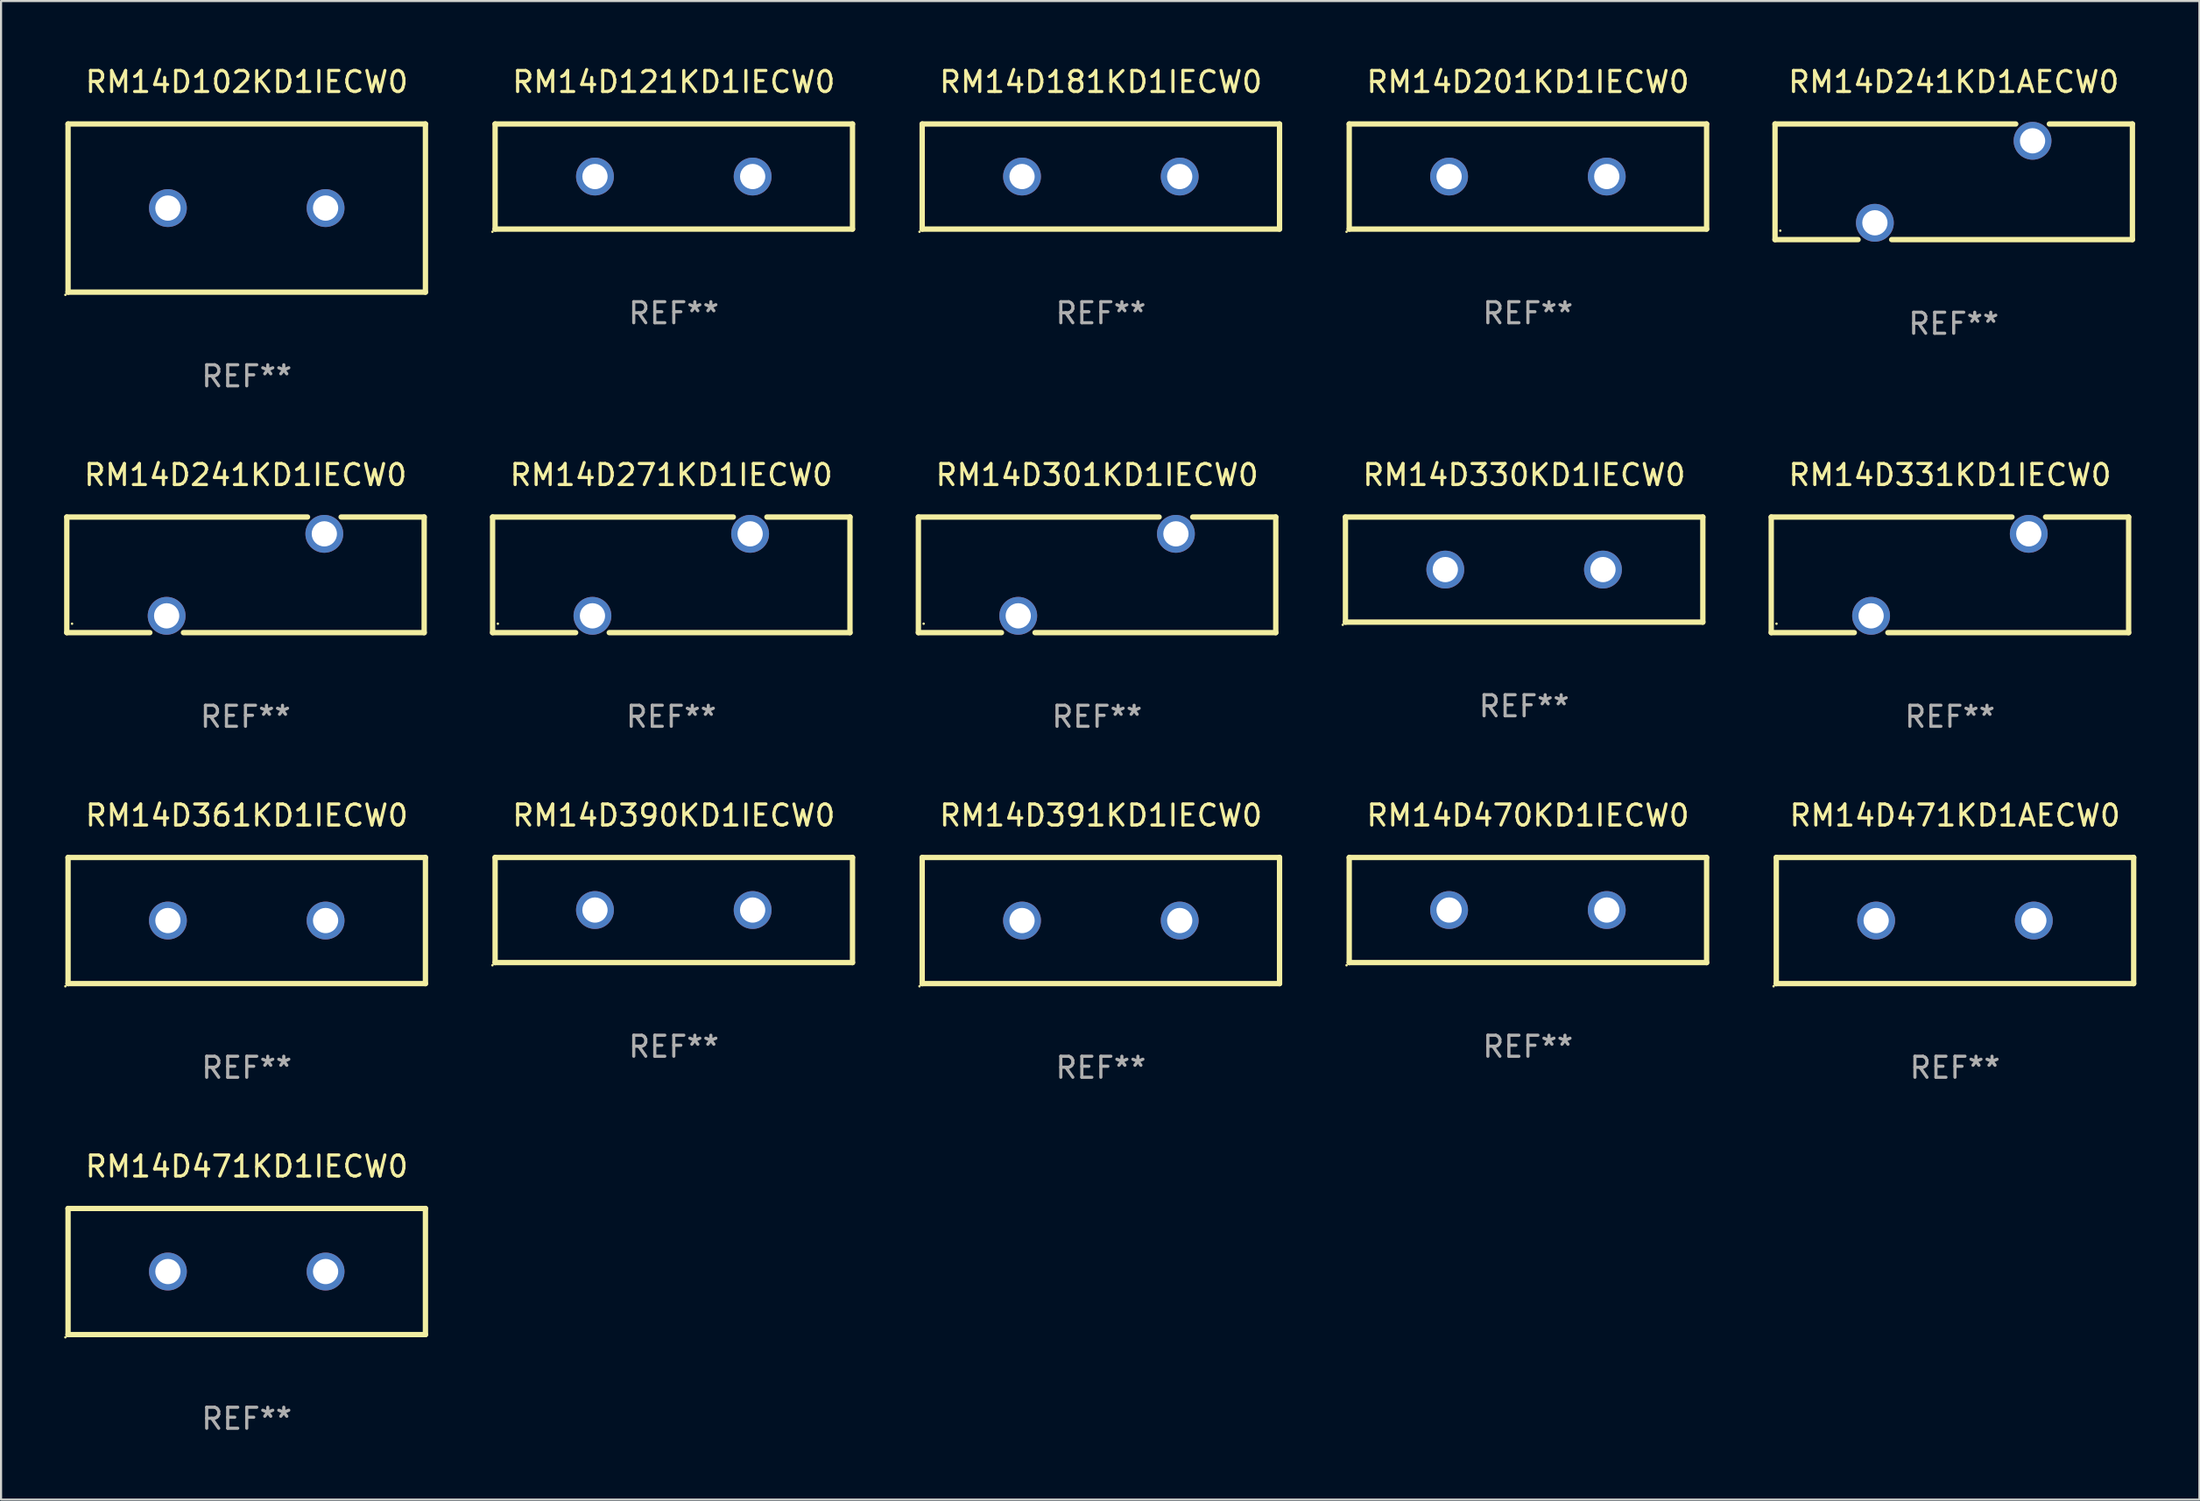
<source format=kicad_pcb>
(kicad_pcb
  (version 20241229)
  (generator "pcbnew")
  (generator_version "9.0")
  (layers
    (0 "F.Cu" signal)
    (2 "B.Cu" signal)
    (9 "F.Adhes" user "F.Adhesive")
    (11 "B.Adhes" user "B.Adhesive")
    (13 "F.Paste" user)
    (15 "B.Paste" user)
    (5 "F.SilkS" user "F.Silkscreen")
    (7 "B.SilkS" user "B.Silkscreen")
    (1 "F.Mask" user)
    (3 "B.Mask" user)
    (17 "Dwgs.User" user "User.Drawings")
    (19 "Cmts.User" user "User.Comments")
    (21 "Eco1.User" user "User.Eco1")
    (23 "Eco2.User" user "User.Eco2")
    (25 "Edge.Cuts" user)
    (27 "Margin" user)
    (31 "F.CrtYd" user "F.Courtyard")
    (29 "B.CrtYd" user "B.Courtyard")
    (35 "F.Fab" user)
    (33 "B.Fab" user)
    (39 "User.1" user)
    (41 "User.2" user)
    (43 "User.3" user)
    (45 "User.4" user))
  (footprint "RM14D241KD1AECW0"
    (layer "F.Cu")
    (at 89.883 5.598)
    (property "Reference" "RM14D241KD1AECW0" (at 0 -4.75 0) (layer "F.SilkS") (effects (font (size 1 1) (thickness 0.15))))
    (attr through_hole)
    (fp_line (start -8.5 -2.75) (end 2.951 -2.75) (stroke (width 0.254) (type solid)) (layer "F.SilkS"))
    (fp_line (start -8.5 2.75) (end -8.5 -2.75) (stroke (width 0.254) (type solid)) (layer "F.SilkS"))
    (fp_line (start -8.5 2.75) (end -4.549 2.75) (stroke (width 0.254) (type solid)) (layer "F.SilkS"))
    (fp_line (start -2.951 2.75) (end 8.5 2.75) (stroke (width 0.254) (type solid)) (layer "F.SilkS"))
    (fp_line (start 4.549 -2.75) (end 8.5 -2.75) (stroke (width 0.254) (type solid)) (layer "F.SilkS"))
    (fp_line (start 8.5 -2.75) (end 8.5 2.75) (stroke (width 0.254) (type solid)) (layer "F.SilkS"))
    (fp_circle (center -8.25 2.325) (end -8.22 2.325) (stroke (width 0.06) (type solid)) (fill no) (layer "F.SilkS"))
    (fp_text user "REF**" (at 0 6.75 0) (layer "F.Fab") (effects (font (size 1 1) (thickness 0.15))))
    (pad "1" thru_hole circle (at -3.75 1.95) (size 1.8 1.8) (drill 1.2) (layers "*.Cu" "*.Mask"))
    (pad "2" thru_hole circle (at 3.75 -1.95) (size 1.8 1.8) (drill 1.2) (layers "*.Cu" "*.Mask")))
  (footprint "RM14D181KD1IECW0"
    (layer "F.Cu")
    (at 49.315 5.348)
    (property "Reference" "RM14D181KD1IECW0" (at 0 -4.5 0) (layer "F.SilkS") (effects (font (size 1 1) (thickness 0.15))))
    (attr through_hole)
    (fp_line (start -8.5 -2.5) (end 8.5 -2.5) (stroke (width 0.254) (type solid)) (layer "F.SilkS"))
    (fp_line (start -8.5 2.5) (end -8.5 -2.5) (stroke (width 0.254) (type solid)) (layer "F.SilkS"))
    (fp_line (start 8.5 -2.5) (end 8.5 2.5) (stroke (width 0.254) (type solid)) (layer "F.SilkS"))
    (fp_line (start 8.5 2.5) (end -8.5 2.5) (stroke (width 0.254) (type solid)) (layer "F.SilkS"))
    (fp_circle (center -8.627 2.627) (end -8.597 2.627) (stroke (width 0.06) (type solid)) (fill no) (layer "F.SilkS"))
    (fp_text user "REF**" (at 0 6.5 0) (layer "F.Fab") (effects (font (size 1 1) (thickness 0.15))))
    (pad "1" thru_hole circle (at -3.75 0) (size 1.8 1.8) (drill 1.2) (layers "*.Cu" "*.Mask"))
    (pad "2" thru_hole circle (at 3.75 0) (size 1.8 1.8) (drill 1.2) (layers "*.Cu" "*.Mask")))
  (footprint "RM14D471KD1IECW0"
    (layer "F.Cu")
    (at 8.687 57.438)
    (property "Reference" "RM14D471KD1IECW0" (at 0 -5 0) (layer "F.SilkS") (effects (font (size 1 1) (thickness 0.15))))
    (attr through_hole)
    (fp_line (start -8.5 -3) (end 8.5 -3) (stroke (width 0.254) (type solid)) (layer "F.SilkS"))
    (fp_line (start -8.5 3) (end -8.5 -3) (stroke (width 0.254) (type solid)) (layer "F.SilkS"))
    (fp_line (start 8.5 -3) (end 8.5 3) (stroke (width 0.254) (type solid)) (layer "F.SilkS"))
    (fp_line (start 8.5 3) (end -8.5 3) (stroke (width 0.254) (type solid)) (layer "F.SilkS"))
    (fp_circle (center -8.627 3.127) (end -8.597 3.127) (stroke (width 0.06) (type solid)) (fill no) (layer "F.SilkS"))
    (fp_text user "REF**" (at 0 7 0) (layer "F.Fab") (effects (font (size 1 1) (thickness 0.15))))
    (pad "1" thru_hole circle (at -3.75 0) (size 1.8 1.8) (drill 1.2) (layers "*.Cu" "*.Mask"))
    (pad "2" thru_hole circle (at 3.75 0) (size 1.8 1.8) (drill 1.2) (layers "*.Cu" "*.Mask")))
  (footprint "RM14D391KD1IECW0"
    (layer "F.Cu")
    (at 49.315 40.741)
    (property "Reference" "RM14D391KD1IECW0" (at 0 -5 0) (layer "F.SilkS") (effects (font (size 1 1) (thickness 0.15))))
    (attr through_hole)
    (fp_line (start -8.5 -3) (end 8.5 -3) (stroke (width 0.254) (type solid)) (layer "F.SilkS"))
    (fp_line (start -8.5 3) (end -8.5 -3) (stroke (width 0.254) (type solid)) (layer "F.SilkS"))
    (fp_line (start 8.5 -3) (end 8.5 3) (stroke (width 0.254) (type solid)) (layer "F.SilkS"))
    (fp_line (start 8.5 3) (end -8.5 3) (stroke (width 0.254) (type solid)) (layer "F.SilkS"))
    (fp_circle (center -8.627 3.127) (end -8.597 3.127) (stroke (width 0.06) (type solid)) (fill no) (layer "F.SilkS"))
    (fp_text user "REF**" (at 0 7 0) (layer "F.Fab") (effects (font (size 1 1) (thickness 0.15))))
    (pad "1" thru_hole circle (at -3.75 0) (size 1.8 1.8) (drill 1.2) (layers "*.Cu" "*.Mask"))
    (pad "2" thru_hole circle (at 3.75 0) (size 1.8 1.8) (drill 1.2) (layers "*.Cu" "*.Mask")))
  (footprint "RM14D331KD1IECW0"
    (layer "F.Cu")
    (at 89.703 24.295)
    (property "Reference" "RM14D331KD1IECW0" (at 0 -4.75 0) (layer "F.SilkS") (effects (font (size 1 1) (thickness 0.15))))
    (attr through_hole)
    (fp_line (start -8.5 -2.75) (end 2.951 -2.75) (stroke (width 0.254) (type solid)) (layer "F.SilkS"))
    (fp_line (start -8.5 2.75) (end -8.5 -2.75) (stroke (width 0.254) (type solid)) (layer "F.SilkS"))
    (fp_line (start -8.5 2.75) (end -4.549 2.75) (stroke (width 0.254) (type solid)) (layer "F.SilkS"))
    (fp_line (start -2.951 2.75) (end 8.5 2.75) (stroke (width 0.254) (type solid)) (layer "F.SilkS"))
    (fp_line (start 4.549 -2.75) (end 8.5 -2.75) (stroke (width 0.254) (type solid)) (layer "F.SilkS"))
    (fp_line (start 8.5 -2.75) (end 8.5 2.75) (stroke (width 0.254) (type solid)) (layer "F.SilkS"))
    (fp_circle (center -8.25 2.325) (end -8.22 2.325) (stroke (width 0.06) (type solid)) (fill no) (layer "F.SilkS"))
    (fp_text user "REF**" (at 0 6.75 0) (layer "F.Fab") (effects (font (size 1 1) (thickness 0.15))))
    (pad "1" thru_hole circle (at -3.75 1.95) (size 1.8 1.8) (drill 1.2) (layers "*.Cu" "*.Mask"))
    (pad "2" thru_hole circle (at 3.75 -1.95) (size 1.8 1.8) (drill 1.2) (layers "*.Cu" "*.Mask")))
  (footprint "RM14D330KD1IECW0"
    (layer "F.Cu")
    (at 69.449 24.045)
    (property "Reference" "RM14D330KD1IECW0" (at 0 -4.5 0) (layer "F.SilkS") (effects (font (size 1 1) (thickness 0.15))))
    (attr through_hole)
    (fp_line (start -8.5 -2.5) (end 8.5 -2.5) (stroke (width 0.254) (type solid)) (layer "F.SilkS"))
    (fp_line (start -8.5 2.5) (end -8.5 -2.5) (stroke (width 0.254) (type solid)) (layer "F.SilkS"))
    (fp_line (start 8.5 -2.5) (end 8.5 2.5) (stroke (width 0.254) (type solid)) (layer "F.SilkS"))
    (fp_line (start 8.5 2.5) (end -8.5 2.5) (stroke (width 0.254) (type solid)) (layer "F.SilkS"))
    (fp_circle (center -8.627 2.627) (end -8.597 2.627) (stroke (width 0.06) (type solid)) (fill no) (layer "F.SilkS"))
    (fp_text user "REF**" (at 0 6.5 0) (layer "F.Fab") (effects (font (size 1 1) (thickness 0.15))))
    (pad "1" thru_hole circle (at -3.75 0) (size 1.8 1.8) (drill 1.2) (layers "*.Cu" "*.Mask"))
    (pad "2" thru_hole circle (at 3.75 0) (size 1.8 1.8) (drill 1.2) (layers "*.Cu" "*.Mask")))
  (footprint "RM14D201KD1IECW0"
    (layer "F.Cu")
    (at 69.629 5.348)
    (property "Reference" "RM14D201KD1IECW0" (at 0 -4.5 0) (layer "F.SilkS") (effects (font (size 1 1) (thickness 0.15))))
    (attr through_hole)
    (fp_line (start -8.5 -2.5) (end 8.5 -2.5) (stroke (width 0.254) (type solid)) (layer "F.SilkS"))
    (fp_line (start -8.5 2.5) (end -8.5 -2.5) (stroke (width 0.254) (type solid)) (layer "F.SilkS"))
    (fp_line (start 8.5 -2.5) (end 8.5 2.5) (stroke (width 0.254) (type solid)) (layer "F.SilkS"))
    (fp_line (start 8.5 2.5) (end -8.5 2.5) (stroke (width 0.254) (type solid)) (layer "F.SilkS"))
    (fp_circle (center -8.627 2.627) (end -8.597 2.627) (stroke (width 0.06) (type solid)) (fill no) (layer "F.SilkS"))
    (fp_text user "REF**" (at 0 6.5 0) (layer "F.Fab") (effects (font (size 1 1) (thickness 0.15))))
    (pad "1" thru_hole circle (at -3.75 0) (size 1.8 1.8) (drill 1.2) (layers "*.Cu" "*.Mask"))
    (pad "2" thru_hole circle (at 3.75 0) (size 1.8 1.8) (drill 1.2) (layers "*.Cu" "*.Mask")))
  (footprint "RM14D241KD1IECW0"
    (layer "F.Cu")
    (at 8.627 24.295)
    (property "Reference" "RM14D241KD1IECW0" (at 0 -4.75 0) (layer "F.SilkS") (effects (font (size 1 1) (thickness 0.15))))
    (attr through_hole)
    (fp_line (start -8.5 -2.75) (end 2.951 -2.75) (stroke (width 0.254) (type solid)) (layer "F.SilkS"))
    (fp_line (start -8.5 2.75) (end -8.5 -2.75) (stroke (width 0.254) (type solid)) (layer "F.SilkS"))
    (fp_line (start -8.5 2.75) (end -4.549 2.75) (stroke (width 0.254) (type solid)) (layer "F.SilkS"))
    (fp_line (start -2.951 2.75) (end 8.5 2.75) (stroke (width 0.254) (type solid)) (layer "F.SilkS"))
    (fp_line (start 4.549 -2.75) (end 8.5 -2.75) (stroke (width 0.254) (type solid)) (layer "F.SilkS"))
    (fp_line (start 8.5 -2.75) (end 8.5 2.75) (stroke (width 0.254) (type solid)) (layer "F.SilkS"))
    (fp_circle (center -8.25 2.325) (end -8.22 2.325) (stroke (width 0.06) (type solid)) (fill no) (layer "F.SilkS"))
    (fp_text user "REF**" (at 0 6.75 0) (layer "F.Fab") (effects (font (size 1 1) (thickness 0.15))))
    (pad "1" thru_hole circle (at -3.75 1.95) (size 1.8 1.8) (drill 1.2) (layers "*.Cu" "*.Mask"))
    (pad "2" thru_hole circle (at 3.75 -1.95) (size 1.8 1.8) (drill 1.2) (layers "*.Cu" "*.Mask")))
  (footprint "RM14D390KD1IECW0"
    (layer "F.Cu")
    (at 29.001 40.241)
    (property "Reference" "RM14D390KD1IECW0" (at 0 -4.5 0) (layer "F.SilkS") (effects (font (size 1 1) (thickness 0.15))))
    (attr through_hole)
    (fp_line (start -8.5 -2.5) (end 8.5 -2.5) (stroke (width 0.254) (type solid)) (layer "F.SilkS"))
    (fp_line (start -8.5 2.5) (end -8.5 -2.5) (stroke (width 0.254) (type solid)) (layer "F.SilkS"))
    (fp_line (start 8.5 -2.5) (end 8.5 2.5) (stroke (width 0.254) (type solid)) (layer "F.SilkS"))
    (fp_line (start 8.5 2.5) (end -8.5 2.5) (stroke (width 0.254) (type solid)) (layer "F.SilkS"))
    (fp_circle (center -8.627 2.627) (end -8.597 2.627) (stroke (width 0.06) (type solid)) (fill no) (layer "F.SilkS"))
    (fp_text user "REF**" (at 0 6.5 0) (layer "F.Fab") (effects (font (size 1 1) (thickness 0.15))))
    (pad "1" thru_hole circle (at -3.75 0) (size 1.8 1.8) (drill 1.2) (layers "*.Cu" "*.Mask"))
    (pad "2" thru_hole circle (at 3.75 0) (size 1.8 1.8) (drill 1.2) (layers "*.Cu" "*.Mask")))
  (footprint "RM14D361KD1IECW0"
    (layer "F.Cu")
    (at 8.687 40.741)
    (property "Reference" "RM14D361KD1IECW0" (at 0 -5 0) (layer "F.SilkS") (effects (font (size 1 1) (thickness 0.15))))
    (attr through_hole)
    (fp_line (start -8.5 -3) (end 8.5 -3) (stroke (width 0.254) (type solid)) (layer "F.SilkS"))
    (fp_line (start -8.5 3) (end -8.5 -3) (stroke (width 0.254) (type solid)) (layer "F.SilkS"))
    (fp_line (start 8.5 -3) (end 8.5 3) (stroke (width 0.254) (type solid)) (layer "F.SilkS"))
    (fp_line (start 8.5 3) (end -8.5 3) (stroke (width 0.254) (type solid)) (layer "F.SilkS"))
    (fp_circle (center -8.627 3.127) (end -8.597 3.127) (stroke (width 0.06) (type solid)) (fill no) (layer "F.SilkS"))
    (fp_text user "REF**" (at 0 7 0) (layer "F.Fab") (effects (font (size 1 1) (thickness 0.15))))
    (pad "1" thru_hole circle (at -3.75 0) (size 1.8 1.8) (drill 1.2) (layers "*.Cu" "*.Mask"))
    (pad "2" thru_hole circle (at 3.75 0) (size 1.8 1.8) (drill 1.2) (layers "*.Cu" "*.Mask")))
  (footprint "RM14D271KD1IECW0"
    (layer "F.Cu")
    (at 28.881 24.295)
    (property "Reference" "RM14D271KD1IECW0" (at 0 -4.75 0) (layer "F.SilkS") (effects (font (size 1 1) (thickness 0.15))))
    (attr through_hole)
    (fp_line (start -8.5 -2.75) (end 2.951 -2.75) (stroke (width 0.254) (type solid)) (layer "F.SilkS"))
    (fp_line (start -8.5 2.75) (end -8.5 -2.75) (stroke (width 0.254) (type solid)) (layer "F.SilkS"))
    (fp_line (start -8.5 2.75) (end -4.549 2.75) (stroke (width 0.254) (type solid)) (layer "F.SilkS"))
    (fp_line (start -2.951 2.75) (end 8.5 2.75) (stroke (width 0.254) (type solid)) (layer "F.SilkS"))
    (fp_line (start 4.549 -2.75) (end 8.5 -2.75) (stroke (width 0.254) (type solid)) (layer "F.SilkS"))
    (fp_line (start 8.5 -2.75) (end 8.5 2.75) (stroke (width 0.254) (type solid)) (layer "F.SilkS"))
    (fp_circle (center -8.25 2.325) (end -8.22 2.325) (stroke (width 0.06) (type solid)) (fill no) (layer "F.SilkS"))
    (fp_text user "REF**" (at 0 6.75 0) (layer "F.Fab") (effects (font (size 1 1) (thickness 0.15))))
    (pad "1" thru_hole circle (at -3.75 1.95) (size 1.8 1.8) (drill 1.2) (layers "*.Cu" "*.Mask"))
    (pad "2" thru_hole circle (at 3.75 -1.95) (size 1.8 1.8) (drill 1.2) (layers "*.Cu" "*.Mask")))
  (footprint "RM14D470KD1IECW0"
    (layer "F.Cu")
    (at 69.629 40.241)
    (property "Reference" "RM14D470KD1IECW0" (at 0 -4.5 0) (layer "F.SilkS") (effects (font (size 1 1) (thickness 0.15))))
    (attr through_hole)
    (fp_line (start -8.5 -2.5) (end 8.5 -2.5) (stroke (width 0.254) (type solid)) (layer "F.SilkS"))
    (fp_line (start -8.5 2.5) (end -8.5 -2.5) (stroke (width 0.254) (type solid)) (layer "F.SilkS"))
    (fp_line (start 8.5 -2.5) (end 8.5 2.5) (stroke (width 0.254) (type solid)) (layer "F.SilkS"))
    (fp_line (start 8.5 2.5) (end -8.5 2.5) (stroke (width 0.254) (type solid)) (layer "F.SilkS"))
    (fp_circle (center -8.627 2.627) (end -8.597 2.627) (stroke (width 0.06) (type solid)) (fill no) (layer "F.SilkS"))
    (fp_text user "REF**" (at 0 6.5 0) (layer "F.Fab") (effects (font (size 1 1) (thickness 0.15))))
    (pad "1" thru_hole circle (at -3.75 0) (size 1.8 1.8) (drill 1.2) (layers "*.Cu" "*.Mask"))
    (pad "2" thru_hole circle (at 3.75 0) (size 1.8 1.8) (drill 1.2) (layers "*.Cu" "*.Mask")))
  (footprint "RM14D471KD1AECW0"
    (layer "F.Cu")
    (at 89.943 40.741)
    (property "Reference" "RM14D471KD1AECW0" (at 0 -5 0) (layer "F.SilkS") (effects (font (size 1 1) (thickness 0.15))))
    (attr through_hole)
    (fp_line (start -8.5 -3) (end 8.5 -3) (stroke (width 0.254) (type solid)) (layer "F.SilkS"))
    (fp_line (start -8.5 3) (end -8.5 -3) (stroke (width 0.254) (type solid)) (layer "F.SilkS"))
    (fp_line (start 8.5 -3) (end 8.5 3) (stroke (width 0.254) (type solid)) (layer "F.SilkS"))
    (fp_line (start 8.5 3) (end -8.5 3) (stroke (width 0.254) (type solid)) (layer "F.SilkS"))
    (fp_circle (center -8.627 3.127) (end -8.597 3.127) (stroke (width 0.06) (type solid)) (fill no) (layer "F.SilkS"))
    (fp_text user "REF**" (at 0 7 0) (layer "F.Fab") (effects (font (size 1 1) (thickness 0.15))))
    (pad "1" thru_hole circle (at -3.75 0) (size 1.8 1.8) (drill 1.2) (layers "*.Cu" "*.Mask"))
    (pad "2" thru_hole circle (at 3.75 0) (size 1.8 1.8) (drill 1.2) (layers "*.Cu" "*.Mask")))
  (footprint "RM14D301KD1IECW0"
    (layer "F.Cu")
    (at 49.135 24.295)
    (property "Reference" "RM14D301KD1IECW0" (at 0 -4.75 0) (layer "F.SilkS") (effects (font (size 1 1) (thickness 0.15))))
    (attr through_hole)
    (fp_line (start -8.5 -2.75) (end 2.951 -2.75) (stroke (width 0.254) (type solid)) (layer "F.SilkS"))
    (fp_line (start -8.5 2.75) (end -8.5 -2.75) (stroke (width 0.254) (type solid)) (layer "F.SilkS"))
    (fp_line (start -8.5 2.75) (end -4.549 2.75) (stroke (width 0.254) (type solid)) (layer "F.SilkS"))
    (fp_line (start -2.951 2.75) (end 8.5 2.75) (stroke (width 0.254) (type solid)) (layer "F.SilkS"))
    (fp_line (start 4.549 -2.75) (end 8.5 -2.75) (stroke (width 0.254) (type solid)) (layer "F.SilkS"))
    (fp_line (start 8.5 -2.75) (end 8.5 2.75) (stroke (width 0.254) (type solid)) (layer "F.SilkS"))
    (fp_circle (center -8.25 2.325) (end -8.22 2.325) (stroke (width 0.06) (type solid)) (fill no) (layer "F.SilkS"))
    (fp_text user "REF**" (at 0 6.75 0) (layer "F.Fab") (effects (font (size 1 1) (thickness 0.15))))
    (pad "1" thru_hole circle (at -3.75 1.95) (size 1.8 1.8) (drill 1.2) (layers "*.Cu" "*.Mask"))
    (pad "2" thru_hole circle (at 3.75 -1.95) (size 1.8 1.8) (drill 1.2) (layers "*.Cu" "*.Mask")))
  (footprint "RM14D102KD1IECW0"
    (layer "F.Cu")
    (at 8.687 6.848)
    (property "Reference" "RM14D102KD1IECW0" (at 0 -6 0) (layer "F.SilkS") (effects (font (size 1 1) (thickness 0.15))))
    (attr through_hole)
    (fp_line (start -8.5 -4) (end 8.5 -4) (stroke (width 0.254) (type solid)) (layer "F.SilkS"))
    (fp_line (start -8.5 4) (end -8.5 -4) (stroke (width 0.254) (type solid)) (layer "F.SilkS"))
    (fp_line (start 8.5 -4) (end 8.5 4) (stroke (width 0.254) (type solid)) (layer "F.SilkS"))
    (fp_line (start 8.5 4) (end -8.5 4) (stroke (width 0.254) (type solid)) (layer "F.SilkS"))
    (fp_circle (center -8.627 4.127) (end -8.597 4.127) (stroke (width 0.06) (type solid)) (fill no) (layer "F.SilkS"))
    (fp_text user "REF**" (at 0 8 0) (layer "F.Fab") (effects (font (size 1 1) (thickness 0.15))))
    (pad "1" thru_hole circle (at -3.75 0) (size 1.8 1.8) (drill 1.2) (layers "*.Cu" "*.Mask"))
    (pad "2" thru_hole circle (at 3.75 0) (size 1.8 1.8) (drill 1.2) (layers "*.Cu" "*.Mask")))
  (footprint "RM14D121KD1IECW0"
    (layer "F.Cu")
    (at 29.001 5.348)
    (property "Reference" "RM14D121KD1IECW0" (at 0 -4.5 0) (layer "F.SilkS") (effects (font (size 1 1) (thickness 0.15))))
    (attr through_hole)
    (fp_line (start -8.5 -2.5) (end 8.5 -2.5) (stroke (width 0.254) (type solid)) (layer "F.SilkS"))
    (fp_line (start -8.5 2.5) (end -8.5 -2.5) (stroke (width 0.254) (type solid)) (layer "F.SilkS"))
    (fp_line (start 8.5 -2.5) (end 8.5 2.5) (stroke (width 0.254) (type solid)) (layer "F.SilkS"))
    (fp_line (start 8.5 2.5) (end -8.5 2.5) (stroke (width 0.254) (type solid)) (layer "F.SilkS"))
    (fp_circle (center -8.627 2.627) (end -8.597 2.627) (stroke (width 0.06) (type solid)) (fill no) (layer "F.SilkS"))
    (fp_text user "REF**" (at 0 6.5 0) (layer "F.Fab") (effects (font (size 1 1) (thickness 0.15))))
    (pad "1" thru_hole circle (at -3.75 0) (size 1.8 1.8) (drill 1.2) (layers "*.Cu" "*.Mask"))
    (pad "2" thru_hole circle (at 3.75 0) (size 1.8 1.8) (drill 1.2) (layers "*.Cu" "*.Mask")))
  (gr_rect
    (start -3 -3)
    (end 101.57 68.286)
    (stroke (width 0.1) (type default))
    (fill no)
    (layer "Edge.Cuts")))
</source>
